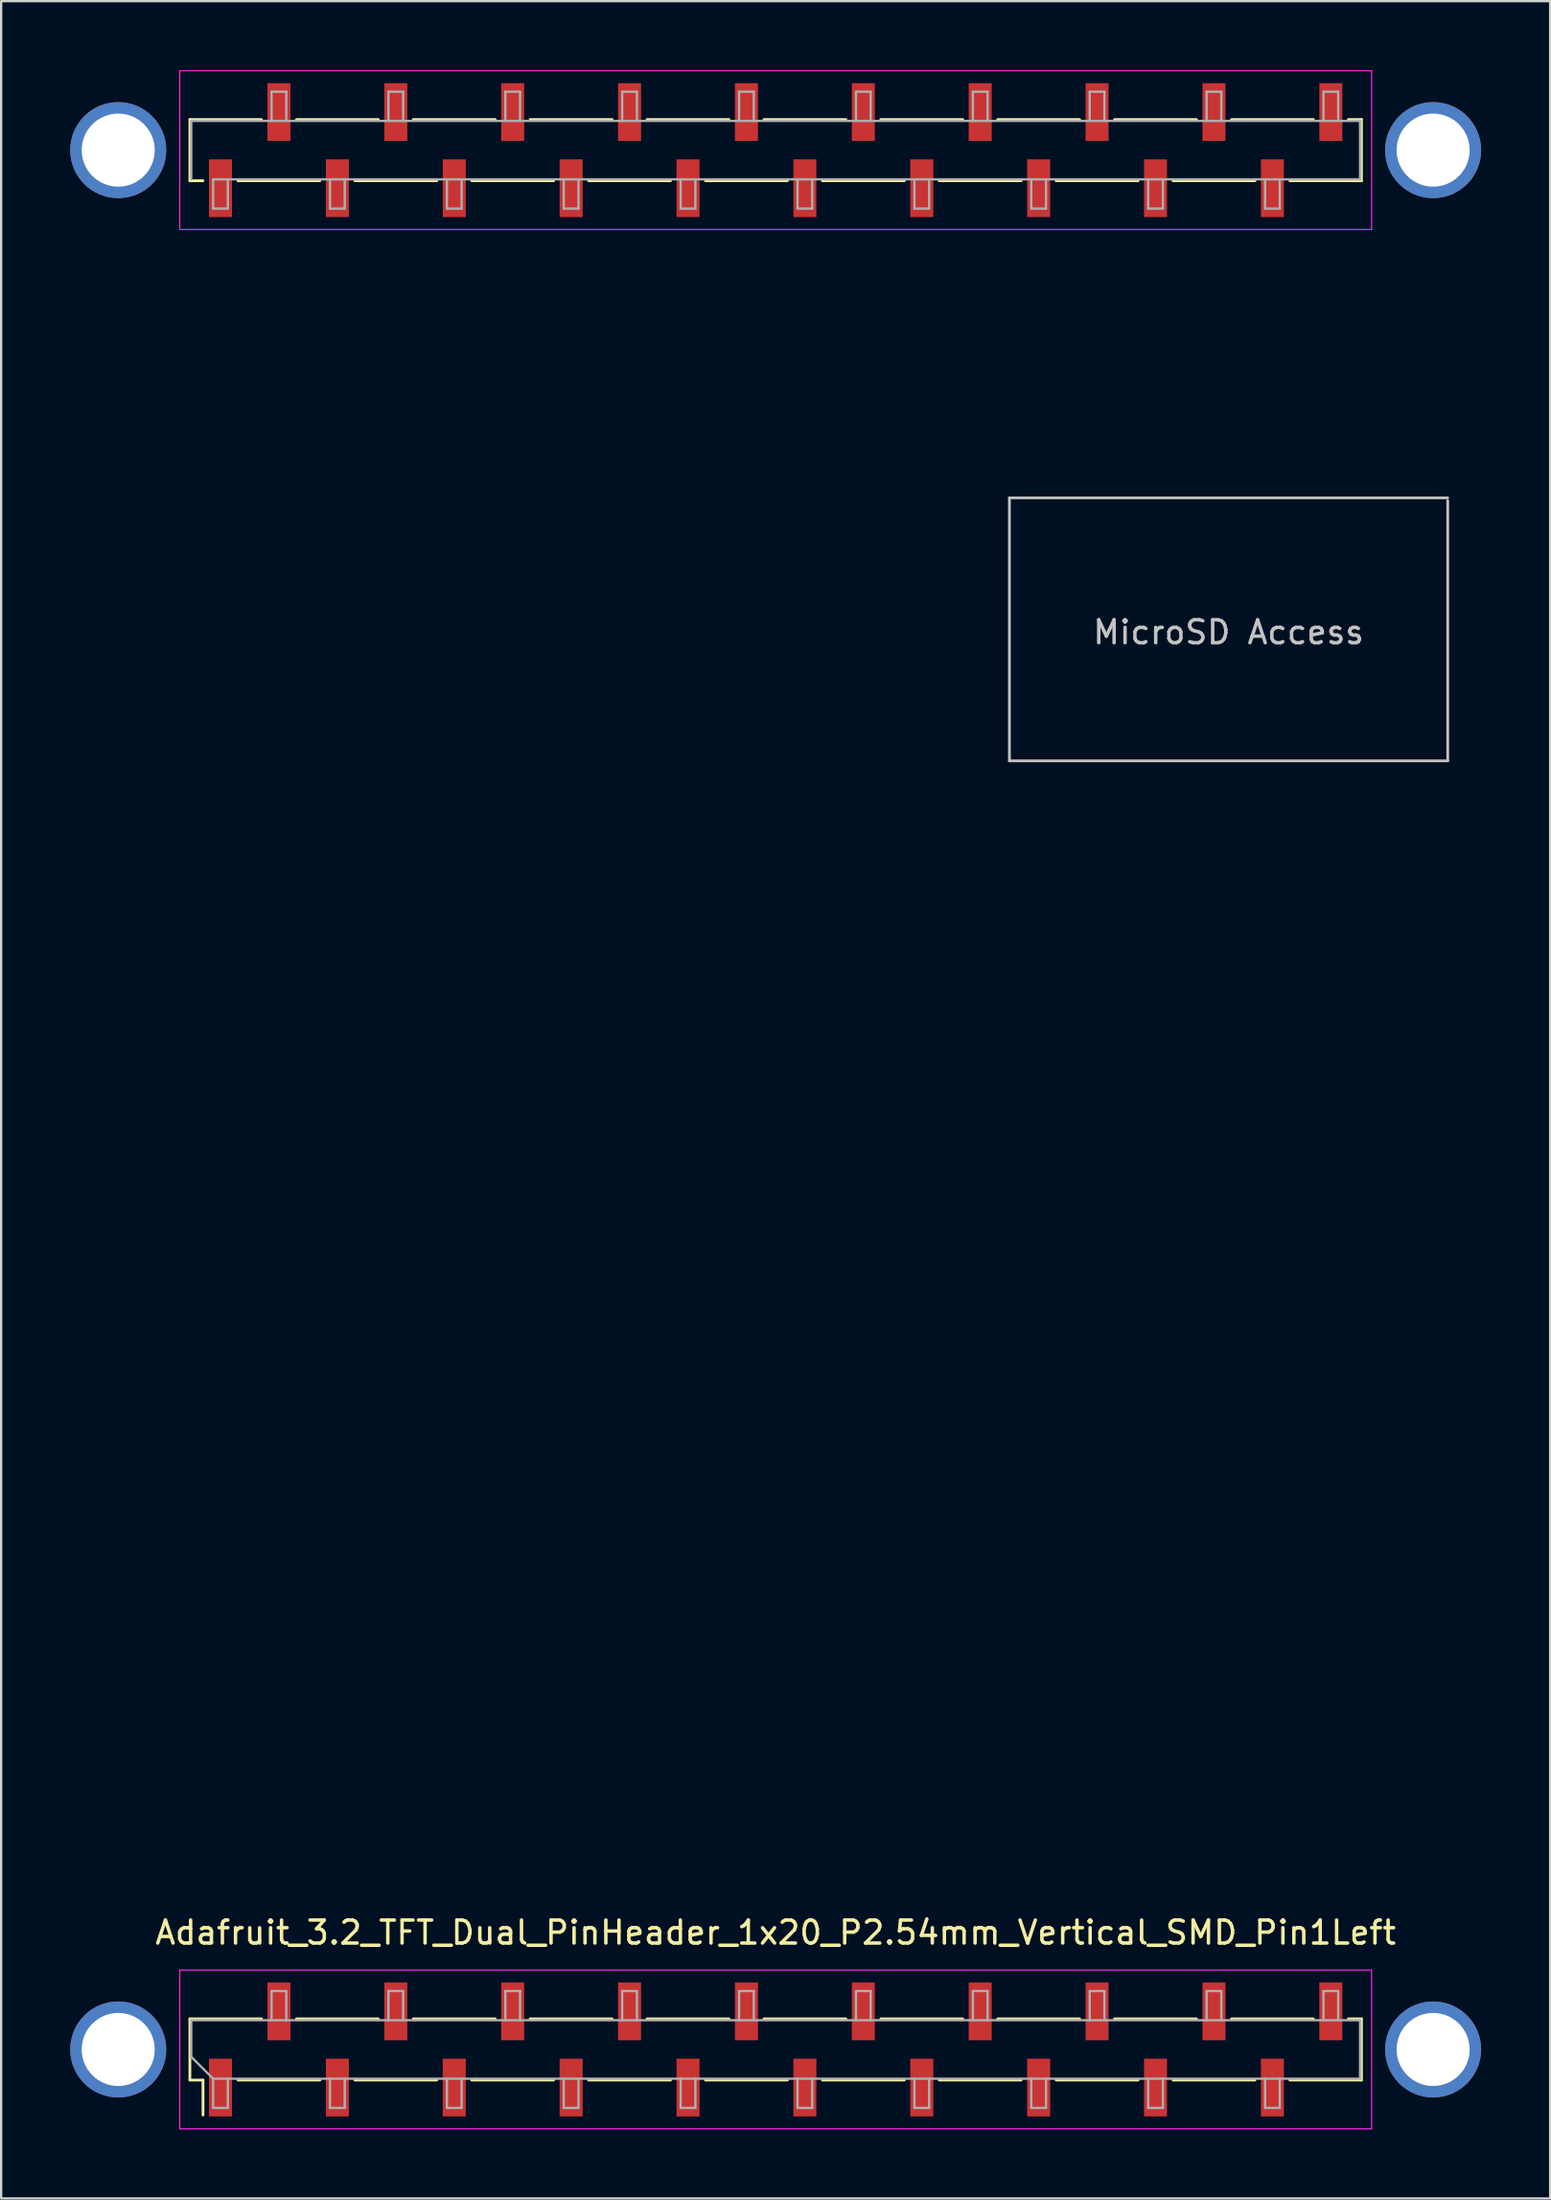
<source format=kicad_pcb>
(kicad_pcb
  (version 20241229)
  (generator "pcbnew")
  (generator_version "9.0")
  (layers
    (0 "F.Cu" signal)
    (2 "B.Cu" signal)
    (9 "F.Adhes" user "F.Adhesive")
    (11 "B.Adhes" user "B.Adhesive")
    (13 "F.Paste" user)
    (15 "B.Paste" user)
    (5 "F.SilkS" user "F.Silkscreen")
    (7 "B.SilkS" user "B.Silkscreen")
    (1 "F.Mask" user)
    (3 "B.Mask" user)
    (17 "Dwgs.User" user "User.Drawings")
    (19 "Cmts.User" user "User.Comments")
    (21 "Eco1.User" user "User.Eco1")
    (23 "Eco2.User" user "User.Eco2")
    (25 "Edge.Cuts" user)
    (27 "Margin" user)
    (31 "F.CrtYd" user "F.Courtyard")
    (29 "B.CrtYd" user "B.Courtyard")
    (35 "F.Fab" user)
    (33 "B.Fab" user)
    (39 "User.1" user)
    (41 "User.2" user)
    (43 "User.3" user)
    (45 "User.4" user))
  (footprint "Adafruit_3.2_TFT_Dual_PinHeader_1x20_P2.54mm_Vertical_SMD_Pin1Left"
    (layer "F.Cu")
    (at 30.663 86.025)
    (property "Reference" "Adafruit_3.2_TFT_Dual_PinHeader_1x20_P2.54mm_Vertical_SMD_Pin1Left" (at 0 -5.08 180) (layer "F.SilkS") (effects (font (size 1 1) (thickness 0.15))))
    (attr smd)
    (fp_line (start -25.46 -83.88) (end -22.35 -83.88) (stroke (width 0.12) (type solid)) (layer "F.SilkS"))
    (fp_line (start -25.46 -81.22) (end -25.46 -83.88) (stroke (width 0.12) (type solid)) (layer "F.SilkS"))
    (fp_line (start -25.46 -81.22) (end -24.89 -81.22) (stroke (width 0.12) (type solid)) (layer "F.SilkS"))
    (fp_line (start -25.46 -1.33) (end -22.35 -1.33) (stroke (width 0.12) (type solid)) (layer "F.SilkS"))
    (fp_line (start -25.46 1.33) (end -25.46 -1.33) (stroke (width 0.12) (type solid)) (layer "F.SilkS"))
    (fp_line (start -25.46 1.33) (end -24.89 1.33) (stroke (width 0.12) (type solid)) (layer "F.SilkS"))
    (fp_line (start -24.89 1.33) (end -24.89 2.85) (stroke (width 0.12) (type solid)) (layer "F.SilkS"))
    (fp_line (start -23.37 -81.22) (end -19.81 -81.22) (stroke (width 0.12) (type solid)) (layer "F.SilkS"))
    (fp_line (start -23.37 1.33) (end -19.81 1.33) (stroke (width 0.12) (type solid)) (layer "F.SilkS"))
    (fp_line (start -20.83 -83.88) (end -17.27 -83.88) (stroke (width 0.12) (type solid)) (layer "F.SilkS"))
    (fp_line (start -20.83 -1.33) (end -17.27 -1.33) (stroke (width 0.12) (type solid)) (layer "F.SilkS"))
    (fp_line (start -18.29 -81.22) (end -14.73 -81.22) (stroke (width 0.12) (type solid)) (layer "F.SilkS"))
    (fp_line (start -18.29 1.33) (end -14.73 1.33) (stroke (width 0.12) (type solid)) (layer "F.SilkS"))
    (fp_line (start -15.75 -83.88) (end -12.19 -83.88) (stroke (width 0.12) (type solid)) (layer "F.SilkS"))
    (fp_line (start -15.75 -1.33) (end -12.19 -1.33) (stroke (width 0.12) (type solid)) (layer "F.SilkS"))
    (fp_line (start -13.21 -81.22) (end -9.65 -81.22) (stroke (width 0.12) (type solid)) (layer "F.SilkS"))
    (fp_line (start -13.21 1.33) (end -9.65 1.33) (stroke (width 0.12) (type solid)) (layer "F.SilkS"))
    (fp_line (start -10.67 -83.88) (end -7.11 -83.88) (stroke (width 0.12) (type solid)) (layer "F.SilkS"))
    (fp_line (start -10.67 -1.33) (end -7.11 -1.33) (stroke (width 0.12) (type solid)) (layer "F.SilkS"))
    (fp_line (start -8.13 -81.22) (end -4.57 -81.22) (stroke (width 0.12) (type solid)) (layer "F.SilkS"))
    (fp_line (start -8.13 1.33) (end -4.57 1.33) (stroke (width 0.12) (type solid)) (layer "F.SilkS"))
    (fp_line (start -5.59 -83.88) (end -2.03 -83.88) (stroke (width 0.12) (type solid)) (layer "F.SilkS"))
    (fp_line (start -5.59 -1.33) (end -2.03 -1.33) (stroke (width 0.12) (type solid)) (layer "F.SilkS"))
    (fp_line (start -3.05 -81.22) (end 0.51 -81.22) (stroke (width 0.12) (type solid)) (layer "F.SilkS"))
    (fp_line (start -3.05 1.33) (end 0.51 1.33) (stroke (width 0.12) (type solid)) (layer "F.SilkS"))
    (fp_line (start -0.51 -83.88) (end 3.05 -83.88) (stroke (width 0.12) (type solid)) (layer "F.SilkS"))
    (fp_line (start -0.51 -1.33) (end 3.05 -1.33) (stroke (width 0.12) (type solid)) (layer "F.SilkS"))
    (fp_line (start 2.03 -81.22) (end 5.59 -81.22) (stroke (width 0.12) (type solid)) (layer "F.SilkS"))
    (fp_line (start 2.03 1.33) (end 5.59 1.33) (stroke (width 0.12) (type solid)) (layer "F.SilkS"))
    (fp_line (start 4.57 -83.88) (end 8.13 -83.88) (stroke (width 0.12) (type solid)) (layer "F.SilkS"))
    (fp_line (start 4.57 -1.33) (end 8.13 -1.33) (stroke (width 0.12) (type solid)) (layer "F.SilkS"))
    (fp_line (start 7.11 -81.22) (end 10.67 -81.22) (stroke (width 0.12) (type solid)) (layer "F.SilkS"))
    (fp_line (start 7.11 1.33) (end 10.67 1.33) (stroke (width 0.12) (type solid)) (layer "F.SilkS"))
    (fp_line (start 9.65 -83.88) (end 13.21 -83.88) (stroke (width 0.12) (type solid)) (layer "F.SilkS"))
    (fp_line (start 9.65 -1.33) (end 13.21 -1.33) (stroke (width 0.12) (type solid)) (layer "F.SilkS"))
    (fp_line (start 12.19 -81.22) (end 15.75 -81.22) (stroke (width 0.12) (type solid)) (layer "F.SilkS"))
    (fp_line (start 12.19 1.33) (end 15.75 1.33) (stroke (width 0.12) (type solid)) (layer "F.SilkS"))
    (fp_line (start 14.73 -83.88) (end 18.29 -83.88) (stroke (width 0.12) (type solid)) (layer "F.SilkS"))
    (fp_line (start 14.73 -1.33) (end 18.29 -1.33) (stroke (width 0.12) (type solid)) (layer "F.SilkS"))
    (fp_line (start 17.27 -81.22) (end 20.83 -81.22) (stroke (width 0.12) (type solid)) (layer "F.SilkS"))
    (fp_line (start 17.27 1.33) (end 20.83 1.33) (stroke (width 0.12) (type solid)) (layer "F.SilkS"))
    (fp_line (start 19.81 -83.88) (end 23.37 -83.88) (stroke (width 0.12) (type solid)) (layer "F.SilkS"))
    (fp_line (start 19.81 -1.33) (end 23.37 -1.33) (stroke (width 0.12) (type solid)) (layer "F.SilkS"))
    (fp_line (start 22.35 -81.22) (end 25.46 -81.22) (stroke (width 0.12) (type solid)) (layer "F.SilkS"))
    (fp_line (start 22.35 1.33) (end 25.46 1.33) (stroke (width 0.12) (type solid)) (layer "F.SilkS"))
    (fp_line (start 24.89 -83.88) (end 25.46 -83.88) (stroke (width 0.12) (type solid)) (layer "F.SilkS"))
    (fp_line (start 24.89 -1.33) (end 25.46 -1.33) (stroke (width 0.12) (type solid)) (layer "F.SilkS"))
    (fp_line (start 25.46 -81.22) (end 25.46 -83.88) (stroke (width 0.12) (type solid)) (layer "F.SilkS"))
    (fp_line (start 25.46 1.33) (end 25.46 -1.33) (stroke (width 0.12) (type solid)) (layer "F.SilkS"))
    (fp_line (start 10.16 -67.437) (end 10.16 -56.007) (stroke (width 0.12) (type solid)) (layer "Dwgs.User"))
    (fp_line (start 10.16 -56.007) (end 29.21 -56.007) (stroke (width 0.12) (type solid)) (layer "Dwgs.User"))
    (fp_line (start 29.21 -67.437) (end 10.16 -67.437) (stroke (width 0.12) (type solid)) (layer "Dwgs.User"))
    (fp_line (start 29.21 -56.007) (end 29.21 -67.31) (stroke (width 0.12) (type solid)) (layer "Dwgs.User"))
    (fp_line (start -25.9 -86) (end -25.9 -79.1) (stroke (width 0.05) (type solid)) (layer "F.CrtYd"))
    (fp_line (start -25.9 -79.1) (end 25.9 -79.1) (stroke (width 0.05) (type solid)) (layer "F.CrtYd"))
    (fp_line (start -25.9 -3.45) (end -25.9 3.45) (stroke (width 0.05) (type solid)) (layer "F.CrtYd"))
    (fp_line (start -25.9 3.45) (end 25.9 3.45) (stroke (width 0.05) (type solid)) (layer "F.CrtYd"))
    (fp_line (start 25.9 -86) (end -25.9 -86) (stroke (width 0.05) (type solid)) (layer "F.CrtYd"))
    (fp_line (start 25.9 -79.1) (end 25.9 -86) (stroke (width 0.05) (type solid)) (layer "F.CrtYd"))
    (fp_line (start 25.9 -3.45) (end -25.9 -3.45) (stroke (width 0.05) (type solid)) (layer "F.CrtYd"))
    (fp_line (start 25.9 3.45) (end 25.9 -3.45) (stroke (width 0.05) (type solid)) (layer "F.CrtYd"))
    (fp_line (start -25.4 -83.82) (end 25.4 -83.82) (stroke (width 0.1) (type solid)) (layer "F.Fab"))
    (fp_line (start -25.4 -81.28) (end -25.4 -83.82) (stroke (width 0.1) (type solid)) (layer "F.Fab"))
    (fp_line (start -25.4 -1.27) (end 25.4 -1.27) (stroke (width 0.1) (type solid)) (layer "F.Fab"))
    (fp_line (start -25.4 0.32) (end -25.4 -1.27) (stroke (width 0.1) (type solid)) (layer "F.Fab"))
    (fp_line (start -24.45 -81.28) (end -24.45 -80.01) (stroke (width 0.1) (type solid)) (layer "F.Fab"))
    (fp_line (start -24.45 -80.01) (end -23.81 -80.01) (stroke (width 0.1) (type solid)) (layer "F.Fab"))
    (fp_line (start -24.45 1.27) (end -25.4 0.32) (stroke (width 0.1) (type solid)) (layer "F.Fab"))
    (fp_line (start -24.45 1.27) (end -24.45 2.54) (stroke (width 0.1) (type solid)) (layer "F.Fab"))
    (fp_line (start -24.45 2.54) (end -23.81 2.54) (stroke (width 0.1) (type solid)) (layer "F.Fab"))
    (fp_line (start -23.81 -80.01) (end -23.81 -81.28) (stroke (width 0.1) (type solid)) (layer "F.Fab"))
    (fp_line (start -23.81 2.54) (end -23.81 1.27) (stroke (width 0.1) (type solid)) (layer "F.Fab"))
    (fp_line (start -21.91 -85.09) (end -21.27 -85.09) (stroke (width 0.1) (type solid)) (layer "F.Fab"))
    (fp_line (start -21.91 -83.82) (end -21.91 -85.09) (stroke (width 0.1) (type solid)) (layer "F.Fab"))
    (fp_line (start -21.91 -2.54) (end -21.27 -2.54) (stroke (width 0.1) (type solid)) (layer "F.Fab"))
    (fp_line (start -21.91 -1.27) (end -21.91 -2.54) (stroke (width 0.1) (type solid)) (layer "F.Fab"))
    (fp_line (start -21.27 -85.09) (end -21.27 -83.82) (stroke (width 0.1) (type solid)) (layer "F.Fab"))
    (fp_line (start -21.27 -2.54) (end -21.27 -1.27) (stroke (width 0.1) (type solid)) (layer "F.Fab"))
    (fp_line (start -19.37 -81.28) (end -19.37 -80.01) (stroke (width 0.1) (type solid)) (layer "F.Fab"))
    (fp_line (start -19.37 -80.01) (end -18.73 -80.01) (stroke (width 0.1) (type solid)) (layer "F.Fab"))
    (fp_line (start -19.37 1.27) (end -19.37 2.54) (stroke (width 0.1) (type solid)) (layer "F.Fab"))
    (fp_line (start -19.37 2.54) (end -18.73 2.54) (stroke (width 0.1) (type solid)) (layer "F.Fab"))
    (fp_line (start -18.73 -80.01) (end -18.73 -81.28) (stroke (width 0.1) (type solid)) (layer "F.Fab"))
    (fp_line (start -18.73 2.54) (end -18.73 1.27) (stroke (width 0.1) (type solid)) (layer "F.Fab"))
    (fp_line (start -16.83 -85.09) (end -16.19 -85.09) (stroke (width 0.1) (type solid)) (layer "F.Fab"))
    (fp_line (start -16.83 -83.82) (end -16.83 -85.09) (stroke (width 0.1) (type solid)) (layer "F.Fab"))
    (fp_line (start -16.83 -2.54) (end -16.19 -2.54) (stroke (width 0.1) (type solid)) (layer "F.Fab"))
    (fp_line (start -16.83 -1.27) (end -16.83 -2.54) (stroke (width 0.1) (type solid)) (layer "F.Fab"))
    (fp_line (start -16.19 -85.09) (end -16.19 -83.82) (stroke (width 0.1) (type solid)) (layer "F.Fab"))
    (fp_line (start -16.19 -2.54) (end -16.19 -1.27) (stroke (width 0.1) (type solid)) (layer "F.Fab"))
    (fp_line (start -14.29 -81.28) (end -14.29 -80.01) (stroke (width 0.1) (type solid)) (layer "F.Fab"))
    (fp_line (start -14.29 -80.01) (end -13.65 -80.01) (stroke (width 0.1) (type solid)) (layer "F.Fab"))
    (fp_line (start -14.29 1.27) (end -14.29 2.54) (stroke (width 0.1) (type solid)) (layer "F.Fab"))
    (fp_line (start -14.29 2.54) (end -13.65 2.54) (stroke (width 0.1) (type solid)) (layer "F.Fab"))
    (fp_line (start -13.65 -80.01) (end -13.65 -81.28) (stroke (width 0.1) (type solid)) (layer "F.Fab"))
    (fp_line (start -13.65 2.54) (end -13.65 1.27) (stroke (width 0.1) (type solid)) (layer "F.Fab"))
    (fp_line (start -11.75 -85.09) (end -11.11 -85.09) (stroke (width 0.1) (type solid)) (layer "F.Fab"))
    (fp_line (start -11.75 -83.82) (end -11.75 -85.09) (stroke (width 0.1) (type solid)) (layer "F.Fab"))
    (fp_line (start -11.75 -2.54) (end -11.11 -2.54) (stroke (width 0.1) (type solid)) (layer "F.Fab"))
    (fp_line (start -11.75 -1.27) (end -11.75 -2.54) (stroke (width 0.1) (type solid)) (layer "F.Fab"))
    (fp_line (start -11.11 -85.09) (end -11.11 -83.82) (stroke (width 0.1) (type solid)) (layer "F.Fab"))
    (fp_line (start -11.11 -2.54) (end -11.11 -1.27) (stroke (width 0.1) (type solid)) (layer "F.Fab"))
    (fp_line (start -9.21 -81.28) (end -9.21 -80.01) (stroke (width 0.1) (type solid)) (layer "F.Fab"))
    (fp_line (start -9.21 -80.01) (end -8.57 -80.01) (stroke (width 0.1) (type solid)) (layer "F.Fab"))
    (fp_line (start -9.21 1.27) (end -9.21 2.54) (stroke (width 0.1) (type solid)) (layer "F.Fab"))
    (fp_line (start -9.21 2.54) (end -8.57 2.54) (stroke (width 0.1) (type solid)) (layer "F.Fab"))
    (fp_line (start -8.57 -80.01) (end -8.57 -81.28) (stroke (width 0.1) (type solid)) (layer "F.Fab"))
    (fp_line (start -8.57 2.54) (end -8.57 1.27) (stroke (width 0.1) (type solid)) (layer "F.Fab"))
    (fp_line (start -6.67 -85.09) (end -6.03 -85.09) (stroke (width 0.1) (type solid)) (layer "F.Fab"))
    (fp_line (start -6.67 -83.82) (end -6.67 -85.09) (stroke (width 0.1) (type solid)) (layer "F.Fab"))
    (fp_line (start -6.67 -2.54) (end -6.03 -2.54) (stroke (width 0.1) (type solid)) (layer "F.Fab"))
    (fp_line (start -6.67 -1.27) (end -6.67 -2.54) (stroke (width 0.1) (type solid)) (layer "F.Fab"))
    (fp_line (start -6.03 -85.09) (end -6.03 -83.82) (stroke (width 0.1) (type solid)) (layer "F.Fab"))
    (fp_line (start -6.03 -2.54) (end -6.03 -1.27) (stroke (width 0.1) (type solid)) (layer "F.Fab"))
    (fp_line (start -4.13 -81.28) (end -4.13 -80.01) (stroke (width 0.1) (type solid)) (layer "F.Fab"))
    (fp_line (start -4.13 -80.01) (end -3.49 -80.01) (stroke (width 0.1) (type solid)) (layer "F.Fab"))
    (fp_line (start -4.13 1.27) (end -4.13 2.54) (stroke (width 0.1) (type solid)) (layer "F.Fab"))
    (fp_line (start -4.13 2.54) (end -3.49 2.54) (stroke (width 0.1) (type solid)) (layer "F.Fab"))
    (fp_line (start -3.49 -80.01) (end -3.49 -81.28) (stroke (width 0.1) (type solid)) (layer "F.Fab"))
    (fp_line (start -3.49 2.54) (end -3.49 1.27) (stroke (width 0.1) (type solid)) (layer "F.Fab"))
    (fp_line (start -1.59 -85.09) (end -0.95 -85.09) (stroke (width 0.1) (type solid)) (layer "F.Fab"))
    (fp_line (start -1.59 -83.82) (end -1.59 -85.09) (stroke (width 0.1) (type solid)) (layer "F.Fab"))
    (fp_line (start -1.59 -2.54) (end -0.95 -2.54) (stroke (width 0.1) (type solid)) (layer "F.Fab"))
    (fp_line (start -1.59 -1.27) (end -1.59 -2.54) (stroke (width 0.1) (type solid)) (layer "F.Fab"))
    (fp_line (start -0.95 -85.09) (end -0.95 -83.82) (stroke (width 0.1) (type solid)) (layer "F.Fab"))
    (fp_line (start -0.95 -2.54) (end -0.95 -1.27) (stroke (width 0.1) (type solid)) (layer "F.Fab"))
    (fp_line (start 0.95 -81.28) (end 0.95 -80.01) (stroke (width 0.1) (type solid)) (layer "F.Fab"))
    (fp_line (start 0.95 -80.01) (end 1.59 -80.01) (stroke (width 0.1) (type solid)) (layer "F.Fab"))
    (fp_line (start 0.95 1.27) (end 0.95 2.54) (stroke (width 0.1) (type solid)) (layer "F.Fab"))
    (fp_line (start 0.95 2.54) (end 1.59 2.54) (stroke (width 0.1) (type solid)) (layer "F.Fab"))
    (fp_line (start 1.59 -80.01) (end 1.59 -81.28) (stroke (width 0.1) (type solid)) (layer "F.Fab"))
    (fp_line (start 1.59 2.54) (end 1.59 1.27) (stroke (width 0.1) (type solid)) (layer "F.Fab"))
    (fp_line (start 3.49 -85.09) (end 4.13 -85.09) (stroke (width 0.1) (type solid)) (layer "F.Fab"))
    (fp_line (start 3.49 -83.82) (end 3.49 -85.09) (stroke (width 0.1) (type solid)) (layer "F.Fab"))
    (fp_line (start 3.49 -2.54) (end 4.13 -2.54) (stroke (width 0.1) (type solid)) (layer "F.Fab"))
    (fp_line (start 3.49 -1.27) (end 3.49 -2.54) (stroke (width 0.1) (type solid)) (layer "F.Fab"))
    (fp_line (start 4.13 -85.09) (end 4.13 -83.82) (stroke (width 0.1) (type solid)) (layer "F.Fab"))
    (fp_line (start 4.13 -2.54) (end 4.13 -1.27) (stroke (width 0.1) (type solid)) (layer "F.Fab"))
    (fp_line (start 6.03 -81.28) (end 6.03 -80.01) (stroke (width 0.1) (type solid)) (layer "F.Fab"))
    (fp_line (start 6.03 -80.01) (end 6.67 -80.01) (stroke (width 0.1) (type solid)) (layer "F.Fab"))
    (fp_line (start 6.03 1.27) (end 6.03 2.54) (stroke (width 0.1) (type solid)) (layer "F.Fab"))
    (fp_line (start 6.03 2.54) (end 6.67 2.54) (stroke (width 0.1) (type solid)) (layer "F.Fab"))
    (fp_line (start 6.67 -80.01) (end 6.67 -81.28) (stroke (width 0.1) (type solid)) (layer "F.Fab"))
    (fp_line (start 6.67 2.54) (end 6.67 1.27) (stroke (width 0.1) (type solid)) (layer "F.Fab"))
    (fp_line (start 8.57 -85.09) (end 9.21 -85.09) (stroke (width 0.1) (type solid)) (layer "F.Fab"))
    (fp_line (start 8.57 -83.82) (end 8.57 -85.09) (stroke (width 0.1) (type solid)) (layer "F.Fab"))
    (fp_line (start 8.57 -2.54) (end 9.21 -2.54) (stroke (width 0.1) (type solid)) (layer "F.Fab"))
    (fp_line (start 8.57 -1.27) (end 8.57 -2.54) (stroke (width 0.1) (type solid)) (layer "F.Fab"))
    (fp_line (start 9.21 -85.09) (end 9.21 -83.82) (stroke (width 0.1) (type solid)) (layer "F.Fab"))
    (fp_line (start 9.21 -2.54) (end 9.21 -1.27) (stroke (width 0.1) (type solid)) (layer "F.Fab"))
    (fp_line (start 11.11 -81.28) (end 11.11 -80.01) (stroke (width 0.1) (type solid)) (layer "F.Fab"))
    (fp_line (start 11.11 -80.01) (end 11.75 -80.01) (stroke (width 0.1) (type solid)) (layer "F.Fab"))
    (fp_line (start 11.11 1.27) (end 11.11 2.54) (stroke (width 0.1) (type solid)) (layer "F.Fab"))
    (fp_line (start 11.11 2.54) (end 11.75 2.54) (stroke (width 0.1) (type solid)) (layer "F.Fab"))
    (fp_line (start 11.75 -80.01) (end 11.75 -81.28) (stroke (width 0.1) (type solid)) (layer "F.Fab"))
    (fp_line (start 11.75 2.54) (end 11.75 1.27) (stroke (width 0.1) (type solid)) (layer "F.Fab"))
    (fp_line (start 13.65 -85.09) (end 14.29 -85.09) (stroke (width 0.1) (type solid)) (layer "F.Fab"))
    (fp_line (start 13.65 -83.82) (end 13.65 -85.09) (stroke (width 0.1) (type solid)) (layer "F.Fab"))
    (fp_line (start 13.65 -2.54) (end 14.29 -2.54) (stroke (width 0.1) (type solid)) (layer "F.Fab"))
    (fp_line (start 13.65 -1.27) (end 13.65 -2.54) (stroke (width 0.1) (type solid)) (layer "F.Fab"))
    (fp_line (start 14.29 -85.09) (end 14.29 -83.82) (stroke (width 0.1) (type solid)) (layer "F.Fab"))
    (fp_line (start 14.29 -2.54) (end 14.29 -1.27) (stroke (width 0.1) (type solid)) (layer "F.Fab"))
    (fp_line (start 16.19 -81.28) (end 16.19 -80.01) (stroke (width 0.1) (type solid)) (layer "F.Fab"))
    (fp_line (start 16.19 -80.01) (end 16.83 -80.01) (stroke (width 0.1) (type solid)) (layer "F.Fab"))
    (fp_line (start 16.19 1.27) (end 16.19 2.54) (stroke (width 0.1) (type solid)) (layer "F.Fab"))
    (fp_line (start 16.19 2.54) (end 16.83 2.54) (stroke (width 0.1) (type solid)) (layer "F.Fab"))
    (fp_line (start 16.83 -80.01) (end 16.83 -81.28) (stroke (width 0.1) (type solid)) (layer "F.Fab"))
    (fp_line (start 16.83 2.54) (end 16.83 1.27) (stroke (width 0.1) (type solid)) (layer "F.Fab"))
    (fp_line (start 18.73 -85.09) (end 19.37 -85.09) (stroke (width 0.1) (type solid)) (layer "F.Fab"))
    (fp_line (start 18.73 -83.82) (end 18.73 -85.09) (stroke (width 0.1) (type solid)) (layer "F.Fab"))
    (fp_line (start 18.73 -2.54) (end 19.37 -2.54) (stroke (width 0.1) (type solid)) (layer "F.Fab"))
    (fp_line (start 18.73 -1.27) (end 18.73 -2.54) (stroke (width 0.1) (type solid)) (layer "F.Fab"))
    (fp_line (start 19.37 -85.09) (end 19.37 -83.82) (stroke (width 0.1) (type solid)) (layer "F.Fab"))
    (fp_line (start 19.37 -2.54) (end 19.37 -1.27) (stroke (width 0.1) (type solid)) (layer "F.Fab"))
    (fp_line (start 21.27 -81.28) (end 21.27 -80.01) (stroke (width 0.1) (type solid)) (layer "F.Fab"))
    (fp_line (start 21.27 -80.01) (end 21.91 -80.01) (stroke (width 0.1) (type solid)) (layer "F.Fab"))
    (fp_line (start 21.27 1.27) (end 21.27 2.54) (stroke (width 0.1) (type solid)) (layer "F.Fab"))
    (fp_line (start 21.27 2.54) (end 21.91 2.54) (stroke (width 0.1) (type solid)) (layer "F.Fab"))
    (fp_line (start 21.91 -80.01) (end 21.91 -81.28) (stroke (width 0.1) (type solid)) (layer "F.Fab"))
    (fp_line (start 21.91 2.54) (end 21.91 1.27) (stroke (width 0.1) (type solid)) (layer "F.Fab"))
    (fp_line (start 23.81 -85.09) (end 24.45 -85.09) (stroke (width 0.1) (type solid)) (layer "F.Fab"))
    (fp_line (start 23.81 -83.82) (end 23.81 -85.09) (stroke (width 0.1) (type solid)) (layer "F.Fab"))
    (fp_line (start 23.81 -2.54) (end 24.45 -2.54) (stroke (width 0.1) (type solid)) (layer "F.Fab"))
    (fp_line (start 23.81 -1.27) (end 23.81 -2.54) (stroke (width 0.1) (type solid)) (layer "F.Fab"))
    (fp_line (start 24.45 -85.09) (end 24.45 -83.82) (stroke (width 0.1) (type solid)) (layer "F.Fab"))
    (fp_line (start 24.45 -2.54) (end 24.45 -1.27) (stroke (width 0.1) (type solid)) (layer "F.Fab"))
    (fp_line (start 25.4 -83.82) (end 25.4 -81.28) (stroke (width 0.1) (type solid)) (layer "F.Fab"))
    (fp_line (start 25.4 -81.28) (end -24.45 -81.28) (stroke (width 0.1) (type solid)) (layer "F.Fab"))
    (fp_line (start 25.4 -1.27) (end 25.4 1.27) (stroke (width 0.1) (type solid)) (layer "F.Fab"))
    (fp_line (start 25.4 1.27) (end -24.45 1.27) (stroke (width 0.1) (type solid)) (layer "F.Fab"))
    (fp_text user "MicroSD Access" (at 19.685 -61.595 0) (layer "Dwgs.User") (effects (font (size 1 1) (thickness 0.15))))
    (pad "" thru_hole circle (at -28.575 -82.55) (size 4.175 4.175) (drill 3.175) (layers "*.Cu" "*.Mask"))
    (pad "" thru_hole circle (at -28.575 0) (size 4.175 4.175) (drill 3.175) (layers "*.Cu" "*.Mask"))
    (pad "" thru_hole circle (at 28.575 -82.55) (size 4.175 4.175) (drill 3.175) (layers "*.Cu" "*.Mask"))
    (pad "" thru_hole circle (at 28.575 0) (size 4.175 4.175) (drill 3.175) (layers "*.Cu" "*.Mask"))
    (pad "1" smd rect (at -24.13 1.655 90) (size 2.51 1) (layers "F.Cu" "F.Mask" "F.Paste"))
    (pad "2" smd rect (at -21.59 -1.655 90) (size 2.51 1) (layers "F.Cu" "F.Mask" "F.Paste"))
    (pad "3" smd rect (at -19.05 1.655 90) (size 2.51 1) (layers "F.Cu" "F.Mask" "F.Paste"))
    (pad "4" smd rect (at -16.51 -1.655 90) (size 2.51 1) (layers "F.Cu" "F.Mask" "F.Paste"))
    (pad "5" smd rect (at -13.97 1.655 90) (size 2.51 1) (layers "F.Cu" "F.Mask" "F.Paste"))
    (pad "6" smd rect (at -11.43 -1.655 90) (size 2.51 1) (layers "F.Cu" "F.Mask" "F.Paste"))
    (pad "7" smd rect (at -8.89 1.655 90) (size 2.51 1) (layers "F.Cu" "F.Mask" "F.Paste"))
    (pad "8" smd rect (at -6.35 -1.655 90) (size 2.51 1) (layers "F.Cu" "F.Mask" "F.Paste"))
    (pad "9" smd rect (at -3.81 1.655 90) (size 2.51 1) (layers "F.Cu" "F.Mask" "F.Paste"))
    (pad "10" smd rect (at -1.27 -1.655 90) (size 2.51 1) (layers "F.Cu" "F.Mask" "F.Paste"))
    (pad "11" smd rect (at 1.27 1.655 90) (size 2.51 1) (layers "F.Cu" "F.Mask" "F.Paste"))
    (pad "12" smd rect (at 3.81 -1.655 90) (size 2.51 1) (layers "F.Cu" "F.Mask" "F.Paste"))
    (pad "13" smd rect (at 6.35 1.655 90) (size 2.51 1) (layers "F.Cu" "F.Mask" "F.Paste"))
    (pad "14" smd rect (at 8.89 -1.655 90) (size 2.51 1) (layers "F.Cu" "F.Mask" "F.Paste"))
    (pad "15" smd rect (at 11.43 1.655 90) (size 2.51 1) (layers "F.Cu" "F.Mask" "F.Paste"))
    (pad "16" smd rect (at 13.97 -1.655 90) (size 2.51 1) (layers "F.Cu" "F.Mask" "F.Paste"))
    (pad "17" smd rect (at 16.51 1.655 90) (size 2.51 1) (layers "F.Cu" "F.Mask" "F.Paste"))
    (pad "18" smd rect (at 19.05 -1.655 90) (size 2.51 1) (layers "F.Cu" "F.Mask" "F.Paste"))
    (pad "19" smd rect (at 21.59 1.655 90) (size 2.51 1) (layers "F.Cu" "F.Mask" "F.Paste"))
    (pad "20" smd rect (at 24.13 -1.655 90) (size 2.51 1) (layers "F.Cu" "F.Mask" "F.Paste"))
    (pad "21" smd rect (at 24.13 -84.205 90) (size 2.51 1) (layers "F.Cu" "F.Mask" "F.Paste"))
    (pad "22" smd rect (at 21.59 -80.895 90) (size 2.51 1) (layers "F.Cu" "F.Mask" "F.Paste"))
    (pad "23" smd rect (at 19.05 -84.205 90) (size 2.51 1) (layers "F.Cu" "F.Mask" "F.Paste"))
    (pad "24" smd rect (at 16.51 -80.895 90) (size 2.51 1) (layers "F.Cu" "F.Mask" "F.Paste"))
    (pad "25" smd rect (at 13.97 -84.205 90) (size 2.51 1) (layers "F.Cu" "F.Mask" "F.Paste"))
    (pad "26" smd rect (at 11.43 -80.895 90) (size 2.51 1) (layers "F.Cu" "F.Mask" "F.Paste"))
    (pad "27" smd rect (at 8.89 -84.205 90) (size 2.51 1) (layers "F.Cu" "F.Mask" "F.Paste"))
    (pad "28" smd rect (at 6.35 -80.895 90) (size 2.51 1) (layers "F.Cu" "F.Mask" "F.Paste"))
    (pad "29" smd rect (at 3.81 -84.205 90) (size 2.51 1) (layers "F.Cu" "F.Mask" "F.Paste"))
    (pad "30" smd rect (at 1.27 -80.895 90) (size 2.51 1) (layers "F.Cu" "F.Mask" "F.Paste"))
    (pad "31" smd rect (at -1.27 -84.205 90) (size 2.51 1) (layers "F.Cu" "F.Mask" "F.Paste"))
    (pad "32" smd rect (at -3.81 -80.895 90) (size 2.51 1) (layers "F.Cu" "F.Mask" "F.Paste"))
    (pad "33" smd rect (at -6.35 -84.205 90) (size 2.51 1) (layers "F.Cu" "F.Mask" "F.Paste"))
    (pad "34" smd rect (at -8.89 -80.895 90) (size 2.51 1) (layers "F.Cu" "F.Mask" "F.Paste"))
    (pad "35" smd rect (at -11.43 -84.205 90) (size 2.51 1) (layers "F.Cu" "F.Mask" "F.Paste"))
    (pad "36" smd rect (at -13.97 -80.895 90) (size 2.51 1) (layers "F.Cu" "F.Mask" "F.Paste"))
    (pad "37" smd rect (at -16.51 -84.205 90) (size 2.51 1) (layers "F.Cu" "F.Mask" "F.Paste"))
    (pad "38" smd rect (at -19.05 -80.895 90) (size 2.51 1) (layers "F.Cu" "F.Mask" "F.Paste"))
    (pad "39" smd rect (at -21.59 -84.205 90) (size 2.51 1) (layers "F.Cu" "F.Mask" "F.Paste"))
    (pad "40" smd rect (at -24.13 -80.895 90) (size 2.51 1) (layers "F.Cu" "F.Mask" "F.Paste")))
  (gr_rect
    (start -3 -3)
    (end 64.325 92.5)
    (stroke (width 0.1) (type default))
    (fill no)
    (layer "Edge.Cuts")))
</source>
